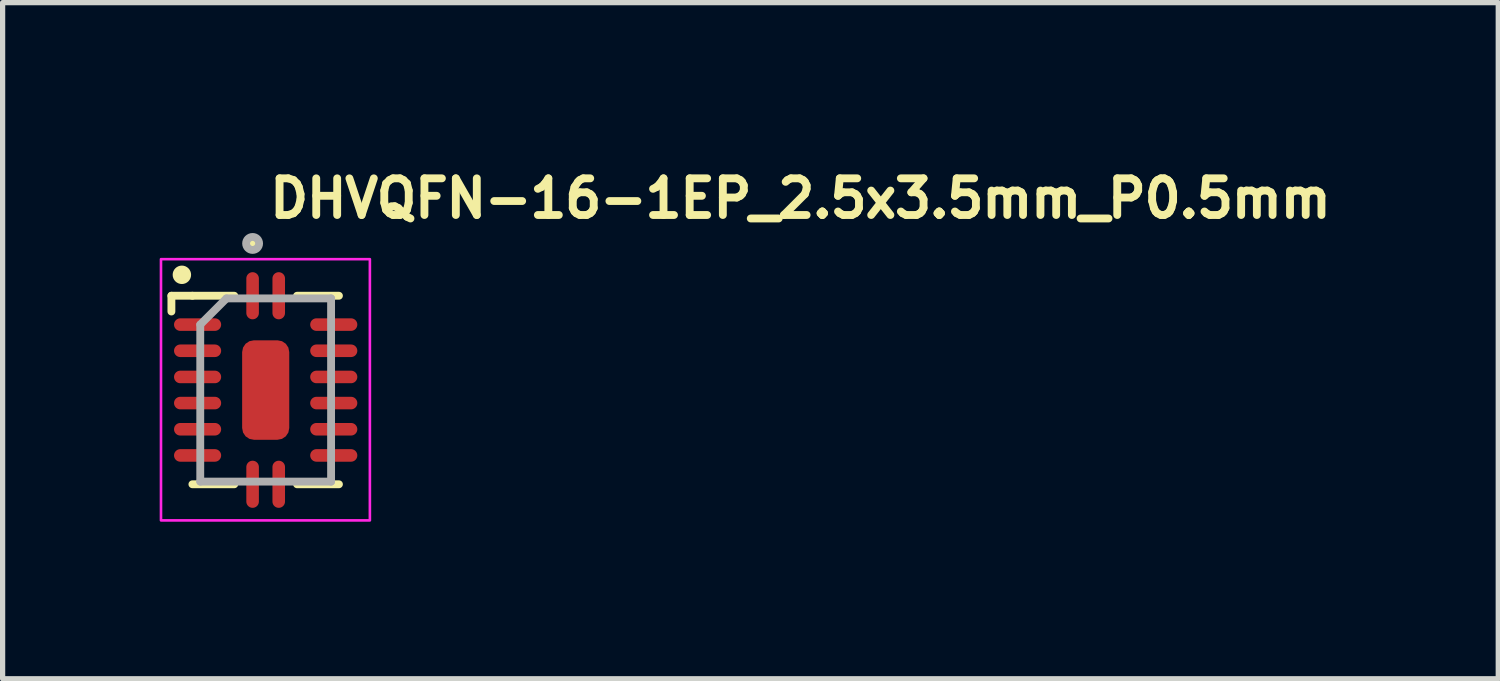
<source format=kicad_pcb>
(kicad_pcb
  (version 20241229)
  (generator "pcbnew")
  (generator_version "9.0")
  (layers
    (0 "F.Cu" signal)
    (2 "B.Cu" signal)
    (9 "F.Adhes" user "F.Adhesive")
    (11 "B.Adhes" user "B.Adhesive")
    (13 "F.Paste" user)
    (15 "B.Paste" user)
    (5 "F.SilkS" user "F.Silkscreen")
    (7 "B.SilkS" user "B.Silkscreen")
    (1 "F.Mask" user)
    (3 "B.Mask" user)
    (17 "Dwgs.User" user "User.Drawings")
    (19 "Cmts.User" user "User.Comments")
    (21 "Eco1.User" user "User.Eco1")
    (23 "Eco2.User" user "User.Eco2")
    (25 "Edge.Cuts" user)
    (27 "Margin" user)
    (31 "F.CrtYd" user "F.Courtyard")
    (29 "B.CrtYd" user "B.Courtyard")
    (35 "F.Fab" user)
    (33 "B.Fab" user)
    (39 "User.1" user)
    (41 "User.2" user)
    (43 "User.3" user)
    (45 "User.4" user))
  (footprint "DHVQFN-16-1EP_2.5x3.5mm_P0.5mm"
    (layer "F.Cu")
    (at 2.025 4.4)
    (property "Reference" "DHVQFN-16-1EP_2.5x3.5mm_P0.5mm" (at 0 -3.25 0) (unlocked yes) (layer "F.SilkS") (effects (font (size 0.7 0.7) (thickness 0.15)) (justify left bottom)))
    (attr smd)
    (fp_line (start -1.801 -1.801) (end -1.801 -1.5) (stroke (width 0.15) (type solid)) (layer "F.SilkS"))
    (fp_line (start -1.4 -1.801) (end -1.801 -1.801) (stroke (width 0.15) (type solid)) (layer "F.SilkS"))
    (fp_line (start -1.4 1.8) (end -0.6 1.8) (stroke (width 0.15) (type solid)) (layer "F.SilkS"))
    (fp_line (start -0.6 -1.801) (end -1.4 -1.801) (stroke (width 0.15) (type solid)) (layer "F.SilkS"))
    (fp_line (start 0.599 -1.801) (end 1.399 -1.801) (stroke (width 0.15) (type solid)) (layer "F.SilkS"))
    (fp_line (start 0.599 1.8) (end 1.399 1.8) (stroke (width 0.15) (type solid)) (layer "F.SilkS"))
    (fp_circle (center -1.601 -2.201) (end -1.5 -2.201) (stroke (width 0.15) (type solid)) (fill yes) (layer "F.SilkS"))
    (fp_circle (center -0.25 -2.8) (end -0.201 -2.8) (stroke (width 0.15) (type solid)) (fill yes) (layer "F.SilkS"))
    (fp_rect (start -2 2.49) (end 1.99 -2.5) (stroke (width 0.05) (type solid)) (fill no) (layer "F.CrtYd"))
    (fp_line (start -1.25 -1.25) (end -1.25 1.749) (stroke (width 0.15) (type solid)) (layer "F.Fab"))
    (fp_line (start -1.25 -1.25) (end -0.75 -1.75) (stroke (width 0.15) (type solid)) (layer "F.Fab"))
    (fp_line (start -1.25 1.749) (end 1.249 1.749) (stroke (width 0.15) (type solid)) (layer "F.Fab"))
    (fp_line (start 1.249 -1.75) (end -0.75 -1.75) (stroke (width 0.15) (type solid)) (layer "F.Fab"))
    (fp_line (start 1.249 1.749) (end 1.249 -1.75) (stroke (width 0.15) (type solid)) (layer "F.Fab"))
    (fp_circle (center -0.25 -2.8) (end -0.201 -2.8) (stroke (width 0.15) (type solid)) (fill no) (layer "F.Fab"))
    (fp_rect (start -1.25 -1.75) (end 1.25 1.75) (stroke (width 0.15) (type solid)) (fill no) (layer "User.5"))
    (fp_line (start -1.25 -1.75) (end -1.25 1.75) (stroke (width 0.01) (type solid)) (layer "User.9"))
    (fp_line (start -1.25 1.75) (end 1.25 1.75) (stroke (width 0.01) (type solid)) (layer "User.9"))
    (fp_line (start 1.25 -1.75) (end -1.25 -1.75) (stroke (width 0.01) (type solid)) (layer "User.9"))
    (fp_line (start 1.25 1.75) (end 1.25 -1.75) (stroke (width 0.01) (type solid)) (layer "User.9"))
    (pad "1" smd oval (at -0.25 -1.801) (size 0.24 0.9) (layers "F.Cu" "F.Mask" "F.Paste"))
    (pad "2" smd oval (at -1.301 -1.25 270) (size 0.24 0.9) (layers "F.Cu" "F.Mask" "F.Paste"))
    (pad "3" smd oval (at -1.301 -0.75 270) (size 0.24 0.9) (layers "F.Cu" "F.Mask" "F.Paste"))
    (pad "4" smd oval (at -1.301 -0.25 270) (size 0.24 0.9) (layers "F.Cu" "F.Mask" "F.Paste"))
    (pad "5" smd oval (at -1.301 0.249 270) (size 0.24 0.9) (layers "F.Cu" "F.Mask" "F.Paste"))
    (pad "6" smd oval (at -1.301 0.749 270) (size 0.24 0.9) (layers "F.Cu" "F.Mask" "F.Paste"))
    (pad "7" smd oval (at -1.301 1.249 270) (size 0.24 0.9) (layers "F.Cu" "F.Mask" "F.Paste"))
    (pad "8" smd oval (at -0.25 1.8) (size 0.24 0.9) (layers "F.Cu" "F.Mask" "F.Paste"))
    (pad "9" smd oval (at 0.249 1.8) (size 0.24 0.9) (layers "F.Cu" "F.Mask" "F.Paste"))
    (pad "10" smd oval (at 1.3 1.249 270) (size 0.24 0.9) (layers "F.Cu" "F.Mask" "F.Paste"))
    (pad "11" smd oval (at 1.3 0.749 270) (size 0.24 0.9) (layers "F.Cu" "F.Mask" "F.Paste"))
    (pad "12" smd oval (at 1.3 0.249 270) (size 0.24 0.9) (layers "F.Cu" "F.Mask" "F.Paste"))
    (pad "13" smd oval (at 1.3 -0.25 270) (size 0.24 0.9) (layers "F.Cu" "F.Mask" "F.Paste"))
    (pad "14" smd oval (at 1.3 -0.75 270) (size 0.24 0.9) (layers "F.Cu" "F.Mask" "F.Paste"))
    (pad "15" smd oval (at 1.3 -1.25 270) (size 0.24 0.9) (layers "F.Cu" "F.Mask" "F.Paste"))
    (pad "16" smd oval (at 0.249 -1.801) (size 0.24 0.9) (layers "F.Cu" "F.Mask" "F.Paste"))
    (pad "17" smd roundrect (at 0 -0.5) (size 0.4 0.4) (layers "F.Cu" "F.Mask" "F.Paste") (roundrect_rratio 0.25))
    (pad "17" smd roundrect (at 0 0) (size 0.9 1.9) (layers "F.Cu" "F.Mask") (roundrect_rratio 0.25))
    (pad "17" smd roundrect (at 0 0.499) (size 0.4 0.4) (layers "F.Cu" "F.Mask" "F.Paste") (roundrect_rratio 0.25)))
  (gr_rect
    (start -3 -3)
    (end 25.568 9.915)
    (stroke (width 0.1) (type default))
    (fill no)
    (layer "Edge.Cuts")))
</source>
